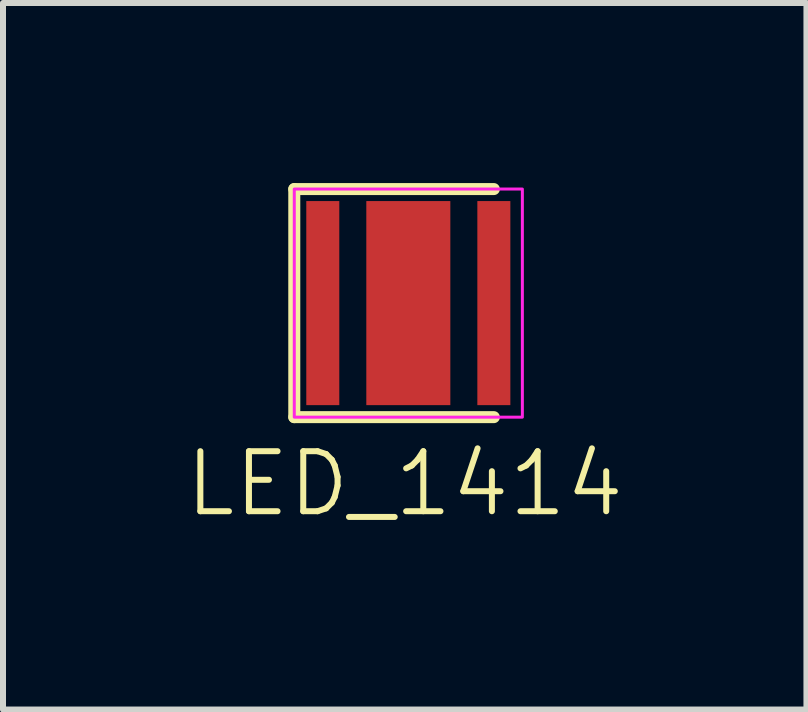
<source format=kicad_pcb>
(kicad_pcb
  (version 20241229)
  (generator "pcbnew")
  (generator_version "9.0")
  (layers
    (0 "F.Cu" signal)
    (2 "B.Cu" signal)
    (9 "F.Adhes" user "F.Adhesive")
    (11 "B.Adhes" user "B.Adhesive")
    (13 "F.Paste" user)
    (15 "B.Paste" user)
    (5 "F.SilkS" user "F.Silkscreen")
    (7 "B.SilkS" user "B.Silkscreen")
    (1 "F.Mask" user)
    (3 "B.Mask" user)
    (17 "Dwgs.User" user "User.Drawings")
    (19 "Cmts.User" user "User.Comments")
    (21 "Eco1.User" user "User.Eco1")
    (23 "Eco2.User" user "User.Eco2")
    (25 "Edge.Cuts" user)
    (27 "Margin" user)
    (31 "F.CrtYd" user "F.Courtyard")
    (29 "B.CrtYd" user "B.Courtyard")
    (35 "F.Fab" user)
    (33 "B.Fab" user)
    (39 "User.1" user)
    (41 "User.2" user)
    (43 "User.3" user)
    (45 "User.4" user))
  (footprint "LED_1414"
    (layer "F.Cu")
    (at 3.753 2)
    (property "Reference" "LED_1414" (at -0.06 3.01 0) (unlocked yes) (layer "F.SilkS") (effects (font (size 1 1) (thickness 0.1))))
    (attr smd)
    (fp_line (start -1.9 -1.9) (end -1.9 1.9) (stroke (width 0.2) (type default)) (layer "F.SilkS"))
    (fp_line (start -1.9 -1.9) (end 1.425 -1.9) (stroke (width 0.2) (type default)) (layer "F.SilkS"))
    (fp_line (start -1.9 1.9) (end 1.425 1.9) (stroke (width 0.2) (type default)) (layer "F.SilkS"))
    (fp_rect (start -1.9 -1.9) (end 1.9 1.9) (stroke (width 0.05) (type default)) (fill no) (layer "F.CrtYd"))
    (pad "1" smd rect (at -1.425 0) (size 0.55 3.4) (layers "F.Cu" "F.Mask" "F.Paste"))
    (pad "2" smd rect (at 1.425 0) (size 0.55 3.4) (layers "F.Cu" "F.Mask" "F.Paste"))
    (pad "3" smd rect (at 0 0) (size 1.4 3.4) (layers "F.Cu" "F.Mask" "F.Paste")))
  (gr_rect
    (start -3 -3)
    (end 10.386 8.771)
    (stroke (width 0.1) (type default))
    (fill no)
    (layer "Edge.Cuts")))
</source>
